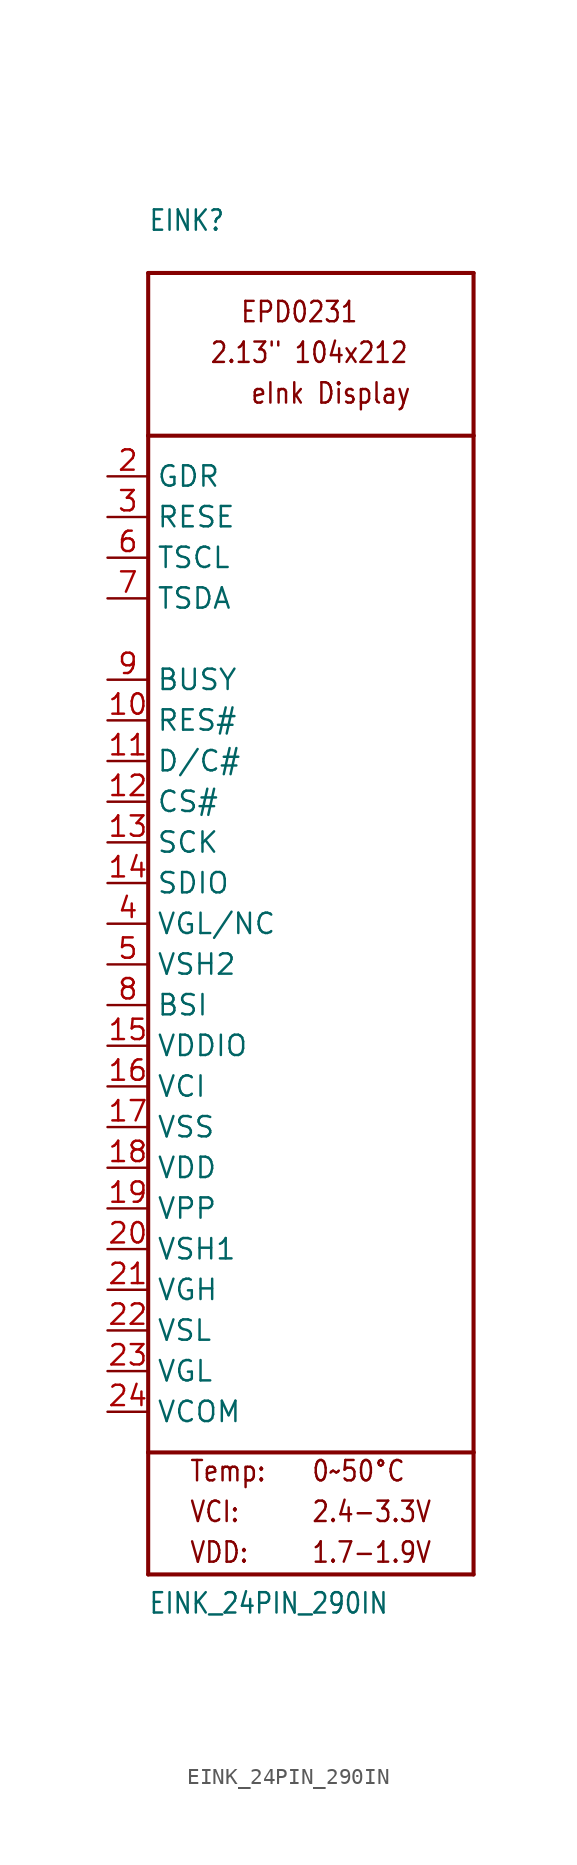
<source format=kicad_sym>
(kicad_symbol_lib
  (version 20211014)
  (generator kicad_symbol_editor)
  (symbol "EINK_24PIN_290IN"
    (property "Reference" "EINK"
      (at -10.16 43.18 0)
      (effects (font (size 1.27 1.079)) (justify left bottom)))
    (property "Value" "EINK_24PIN_290IN"
      (at -10.16 -43.18 0)
      (effects (font (size 1.27 1.079)) (justify left bottom)))
    (property "ki_locked" ""
      (at 0 0 0)
      (effects (font (size 1.27 1.27))))
    (symbol "EINK_24PIN_290IN_1_0"
      (polyline (pts (xy -10.16 -40.64) (xy 10.16 -40.64)) (stroke (width 0.254) (type default) (color 0 0 0 0)) (fill (type none)))
      (polyline (pts (xy -10.16 -33.02) (xy -10.16 -40.64)) (stroke (width 0.254) (type default) (color 0 0 0 0)) (fill (type none)))
      (polyline (pts (xy -10.16 -33.02) (xy -10.16 30.48)) (stroke (width 0.254) (type default) (color 0 0 0 0)) (fill (type none)))
      (polyline (pts (xy -10.16 30.48) (xy 10.16 30.48)) (stroke (width 0.254) (type default) (color 0 0 0 0)) (fill (type none)))
      (polyline (pts (xy -10.16 40.64) (xy -10.16 30.48)) (stroke (width 0.254) (type default) (color 0 0 0 0)) (fill (type none)))
      (polyline (pts (xy -10.16 40.64) (xy 10.16 40.64)) (stroke (width 0.254) (type default) (color 0 0 0 0)) (fill (type none)))
      (polyline (pts (xy 10.16 -40.64) (xy 10.16 -33.02)) (stroke (width 0.254) (type default) (color 0 0 0 0)) (fill (type none)))
      (polyline (pts (xy 10.16 -33.02) (xy -10.16 -33.02)) (stroke (width 0.254) (type default) (color 0 0 0 0)) (fill (type none)))
      (polyline (pts (xy 10.16 30.48) (xy 10.16 -33.02)) (stroke (width 0.254) (type default) (color 0 0 0 0)) (fill (type none)))
      (polyline (pts (xy 10.16 40.64) (xy 10.16 30.48)) (stroke (width 0.254) (type default) (color 0 0 0 0)) (fill (type none)))
      (text "0~50°C" (at 0 -34.925 0) (effects (font (size 1.27 1.079)) (justify left bottom)))
      (text "1.7-1.9V" (at 0 -40.005 0) (effects (font (size 1.27 1.079)) (justify left bottom)))
      (text "2.13\" 104x212" (at -6.35 34.925 0) (effects (font (size 1.27 1.079)) (justify left bottom)))
      (text "2.4-3.3V" (at 0 -37.465 0) (effects (font (size 1.27 1.079)) (justify left bottom)))
      (text "eInk Display" (at -3.81 32.385 0) (effects (font (size 1.27 1.079)) (justify left bottom)))
      (text "EPD0231" (at -4.445 37.465 0) (effects (font (size 1.27 1.079)) (justify left bottom)))
      (text "Temp:" (at -7.62 -34.925 0) (effects (font (size 1.27 1.079)) (justify left bottom)))
      (text "VCI:" (at -7.62 -37.465 0) (effects (font (size 1.27 1.079)) (justify left bottom)))
      (text "VDD:" (at -7.62 -40.005 0) (effects (font (size 1.27 1.079)) (justify left bottom)))
      (pin input line (at -12.7 12.7 0) (length 2.54) (name "RES#" (effects (font (size 1.27 1.27)))) (number "10" (effects (font (size 1.27 1.27)))))
      (pin input line (at -12.7 10.16 0) (length 2.54) (name "D/C#" (effects (font (size 1.27 1.27)))) (number "11" (effects (font (size 1.27 1.27)))))
      (pin input line (at -12.7 7.62 0) (length 2.54) (name "CS#" (effects (font (size 1.27 1.27)))) (number "12" (effects (font (size 1.27 1.27)))))
      (pin bidirectional line (at -12.7 5.08 0) (length 2.54) (name "SCK" (effects (font (size 1.27 1.27)))) (number "13" (effects (font (size 1.27 1.27)))))
      (pin bidirectional line (at -12.7 2.54 0) (length 2.54) (name "SDIO" (effects (font (size 1.27 1.27)))) (number "14" (effects (font (size 1.27 1.27)))))
      (pin power_in line (at -12.7 -7.62 0) (length 2.54) (name "VDDIO" (effects (font (size 1.27 1.27)))) (number "15" (effects (font (size 1.27 1.27)))))
      (pin power_in line (at -12.7 -10.16 0) (length 2.54) (name "VCI" (effects (font (size 1.27 1.27)))) (number "16" (effects (font (size 1.27 1.27)))))
      (pin power_in line (at -12.7 -12.7 0) (length 2.54) (name "VSS" (effects (font (size 1.27 1.27)))) (number "17" (effects (font (size 1.27 1.27)))))
      (pin passive line (at -12.7 -15.24 0) (length 2.54) (name "VDD" (effects (font (size 1.27 1.27)))) (number "18" (effects (font (size 1.27 1.27)))))
      (pin passive line (at -12.7 -17.78 0) (length 2.54) (name "VPP" (effects (font (size 1.27 1.27)))) (number "19" (effects (font (size 1.27 1.27)))))
      (pin output line (at -12.7 27.94 0) (length 2.54) (name "GDR" (effects (font (size 1.27 1.27)))) (number "2" (effects (font (size 1.27 1.27)))))
      (pin passive line (at -12.7 -20.32 0) (length 2.54) (name "VSH1" (effects (font (size 1.27 1.27)))) (number "20" (effects (font (size 1.27 1.27)))))
      (pin passive line (at -12.7 -22.86 0) (length 2.54) (name "VGH" (effects (font (size 1.27 1.27)))) (number "21" (effects (font (size 1.27 1.27)))))
      (pin passive line (at -12.7 -25.4 0) (length 2.54) (name "VSL" (effects (font (size 1.27 1.27)))) (number "22" (effects (font (size 1.27 1.27)))))
      (pin passive line (at -12.7 -27.94 0) (length 2.54) (name "VGL" (effects (font (size 1.27 1.27)))) (number "23" (effects (font (size 1.27 1.27)))))
      (pin passive line (at -12.7 -30.48 0) (length 2.54) (name "VCOM" (effects (font (size 1.27 1.27)))) (number "24" (effects (font (size 1.27 1.27)))))
      (pin input line (at -12.7 25.4 0) (length 2.54) (name "RESE" (effects (font (size 1.27 1.27)))) (number "3" (effects (font (size 1.27 1.27)))))
      (pin bidirectional line (at -12.7 0 0) (length 2.54) (name "VGL/NC" (effects (font (size 1.27 1.27)))) (number "4" (effects (font (size 1.27 1.27)))))
      (pin passive line (at -12.7 -2.54 0) (length 2.54) (name "VSH2" (effects (font (size 1.27 1.27)))) (number "5" (effects (font (size 1.27 1.27)))))
      (pin output line (at -12.7 22.86 0) (length 2.54) (name "TSCL" (effects (font (size 1.27 1.27)))) (number "6" (effects (font (size 1.27 1.27)))))
      (pin bidirectional line (at -12.7 20.32 0) (length 2.54) (name "TSDA" (effects (font (size 1.27 1.27)))) (number "7" (effects (font (size 1.27 1.27)))))
      (pin input line (at -12.7 -5.08 0) (length 2.54) (name "BSI" (effects (font (size 1.27 1.27)))) (number "8" (effects (font (size 1.27 1.27)))))
      (pin output line (at -12.7 15.24 0) (length 2.54) (name "BUSY" (effects (font (size 1.27 1.27)))) (number "9" (effects (font (size 1.27 1.27))))))))
</source>
